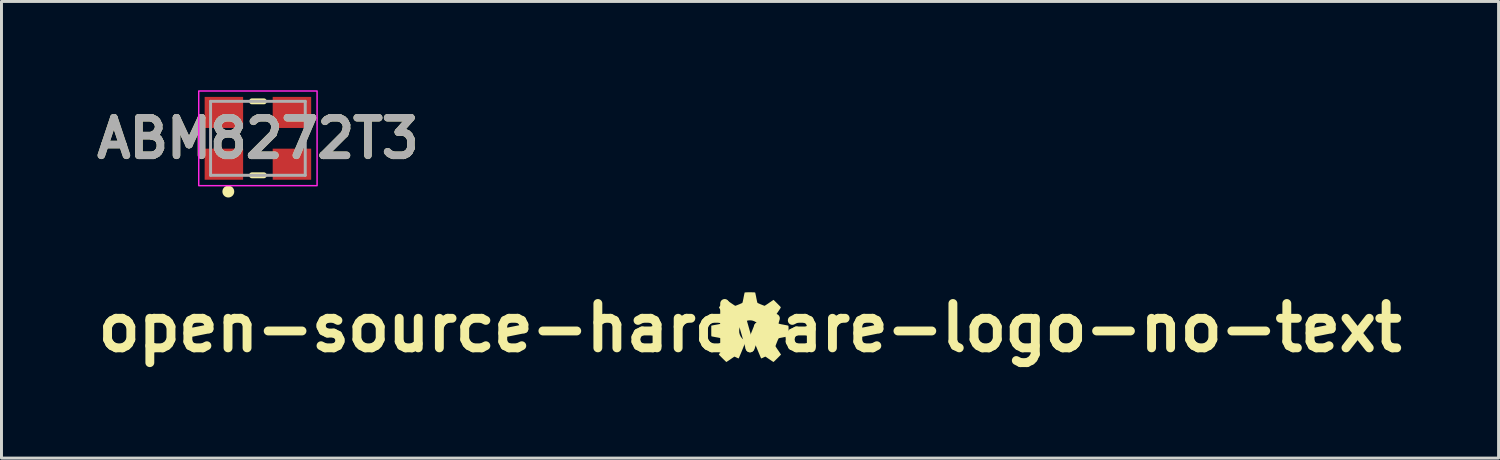
<source format=kicad_pcb>
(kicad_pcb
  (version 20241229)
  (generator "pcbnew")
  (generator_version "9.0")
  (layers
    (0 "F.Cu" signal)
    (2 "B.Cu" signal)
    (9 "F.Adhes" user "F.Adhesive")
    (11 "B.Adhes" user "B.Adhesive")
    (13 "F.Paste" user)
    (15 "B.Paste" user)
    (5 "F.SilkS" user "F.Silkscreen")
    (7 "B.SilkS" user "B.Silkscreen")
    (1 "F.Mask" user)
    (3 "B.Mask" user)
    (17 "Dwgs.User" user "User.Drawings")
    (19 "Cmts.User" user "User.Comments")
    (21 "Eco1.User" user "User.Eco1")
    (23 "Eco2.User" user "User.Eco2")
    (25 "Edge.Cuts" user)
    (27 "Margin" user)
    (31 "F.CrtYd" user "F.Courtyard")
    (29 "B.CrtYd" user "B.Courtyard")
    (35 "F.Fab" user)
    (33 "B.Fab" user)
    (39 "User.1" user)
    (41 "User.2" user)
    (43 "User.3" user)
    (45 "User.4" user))
  (footprint "open-source-hardware-logo-no-text"
    (layer "F.Cu")
    (at 22.3 8.029)
    (property "Reference" "open-source-hardware-logo-no-text" (at 0 0 0) (layer "F.SilkS") (effects (font (size 1.5 1.5) (thickness 0.3))))
    (attr board_only exclude_from_pos_files exclude_from_bom)
    (fp_poly (pts (xy 0.049 -1.2) (xy 0.09 -1.199) (xy 0.126 -1.198) (xy 0.154 -1.196) (xy 0.17 -1.193) (xy 0.174 -1.191) (xy 0.177 -1.181) (xy 0.183 -1.159) (xy 0.189 -1.127) (xy 0.198 -1.087) (xy 0.207 -1.042) (xy 0.211 -1.017) (xy 0.221 -0.969) (xy 0.23 -0.926) (xy 0.238 -0.889) (xy 0.245 -0.862) (xy 0.25 -0.846) (xy 0.252 -0.843) (xy 0.262 -0.837) (xy 0.282 -0.827) (xy 0.311 -0.815) (xy 0.344 -0.8) (xy 0.38 -0.785) (xy 0.415 -0.771) (xy 0.447 -0.759) (xy 0.472 -0.749) (xy 0.489 -0.744) (xy 0.492 -0.744) (xy 0.501 -0.748) (xy 0.519 -0.759) (xy 0.546 -0.776) (xy 0.579 -0.798) (xy 0.617 -0.823) (xy 0.628 -0.831) (xy 0.667 -0.858) (xy 0.704 -0.883) (xy 0.735 -0.904) (xy 0.759 -0.92) (xy 0.773 -0.93) (xy 0.775 -0.931) (xy 0.796 -0.944) (xy 0.914 -0.827) (xy 0.948 -0.793) (xy 0.979 -0.761) (xy 1.006 -0.734) (xy 1.025 -0.713) (xy 1.037 -0.7) (xy 1.039 -0.697) (xy 1.04 -0.691) (xy 1.036 -0.68) (xy 1.028 -0.664) (xy 1.014 -0.641) (xy 0.993 -0.609) (xy 0.965 -0.567) (xy 0.949 -0.543) (xy 0.921 -0.503) (xy 0.896 -0.465) (xy 0.876 -0.434) (xy 0.861 -0.41) (xy 0.853 -0.394) (xy 0.852 -0.39) (xy 0.855 -0.379) (xy 0.863 -0.357) (xy 0.875 -0.328) (xy 0.89 -0.294) (xy 0.905 -0.257) (xy 0.921 -0.222) (xy 0.935 -0.19) (xy 0.948 -0.164) (xy 0.956 -0.148) (xy 0.959 -0.143) (xy 0.969 -0.139) (xy 0.991 -0.134) (xy 1.023 -0.127) (xy 1.062 -0.118) (xy 1.107 -0.11) (xy 1.123 -0.107) (xy 1.169 -0.098) (xy 1.212 -0.09) (xy 1.247 -0.083) (xy 1.273 -0.077) (xy 1.288 -0.073) (xy 1.29 -0.072) (xy 1.294 -0.069) (xy 1.297 -0.063) (xy 1.3 -0.052) (xy 1.301 -0.035) (xy 1.302 -0.01) (xy 1.303 0.025) (xy 1.303 0.072) (xy 1.303 0.11) (xy 1.303 0.166) (xy 1.303 0.208) (xy 1.302 0.24) (xy 1.301 0.262) (xy 1.299 0.276) (xy 1.297 0.284) (xy 1.293 0.289) (xy 1.29 0.29) (xy 1.279 0.293) (xy 1.256 0.297) (xy 1.224 0.303) (xy 1.184 0.311) (xy 1.139 0.319) (xy 1.134 0.32) (xy 1.089 0.329) (xy 1.048 0.336) (xy 1.014 0.343) (xy 0.989 0.349) (xy 0.976 0.352) (xy 0.975 0.353) (xy 0.967 0.36) (xy 0.957 0.378) (xy 0.943 0.407) (xy 0.925 0.449) (xy 0.911 0.483) (xy 0.895 0.524) (xy 0.881 0.56) (xy 0.87 0.59) (xy 0.864 0.611) (xy 0.861 0.62) (xy 0.865 0.63) (xy 0.877 0.65) (xy 0.893 0.677) (xy 0.914 0.708) (xy 0.926 0.727) (xy 0.952 0.763) (xy 0.977 0.8) (xy 0.999 0.832) (xy 1.016 0.857) (xy 1.02 0.864) (xy 1.048 0.906) (xy 0.924 1.031) (xy 0.888 1.066) (xy 0.857 1.097) (xy 0.83 1.123) (xy 0.809 1.142) (xy 0.797 1.154) (xy 0.793 1.156) (xy 0.786 1.152) (xy 0.768 1.141) (xy 0.742 1.124) (xy 0.709 1.102) (xy 0.672 1.077) (xy 0.661 1.069) (xy 0.622 1.043) (xy 0.587 1.019) (xy 0.559 0.999) (xy 0.537 0.985) (xy 0.526 0.977) (xy 0.525 0.976) (xy 0.514 0.977) (xy 0.494 0.984) (xy 0.467 0.997) (xy 0.449 1.006) (xy 0.419 1.02) (xy 0.395 1.03) (xy 0.38 1.034) (xy 0.376 1.034) (xy 0.371 1.025) (xy 0.362 1.005) (xy 0.349 0.975) (xy 0.333 0.936) (xy 0.314 0.891) (xy 0.293 0.841) (xy 0.271 0.788) (xy 0.248 0.733) (xy 0.226 0.679) (xy 0.205 0.628) (xy 0.186 0.58) (xy 0.169 0.538) (xy 0.155 0.503) (xy 0.146 0.478) (xy 0.14 0.463) (xy 0.14 0.461) (xy 0.146 0.452) (xy 0.161 0.439) (xy 0.179 0.427) (xy 0.238 0.381) (xy 0.285 0.328) (xy 0.322 0.27) (xy 0.346 0.207) (xy 0.358 0.142) (xy 0.359 0.076) (xy 0.346 0.011) (xy 0.322 -0.052) (xy 0.284 -0.111) (xy 0.253 -0.145) (xy 0.198 -0.192) (xy 0.136 -0.225) (xy 0.071 -0.246) (xy 0.004 -0.253) (xy -0.063 -0.248) (xy -0.129 -0.231) (xy -0.191 -0.2) (xy -0.249 -0.157) (xy -0.261 -0.145) (xy -0.307 -0.09) (xy -0.34 -0.029) (xy -0.36 0.034) (xy -0.367 0.1) (xy -0.363 0.166) (xy -0.346 0.23) (xy -0.317 0.292) (xy -0.277 0.348) (xy -0.225 0.399) (xy -0.186 0.427) (xy -0.166 0.441) (xy -0.152 0.454) (xy -0.147 0.461) (xy -0.15 0.47) (xy -0.158 0.49) (xy -0.17 0.521) (xy -0.185 0.56) (xy -0.204 0.605) (xy -0.224 0.656) (xy -0.246 0.709) (xy -0.268 0.763) (xy -0.29 0.817) (xy -0.312 0.869) (xy -0.332 0.916) (xy -0.35 0.958) (xy -0.364 0.993) (xy -0.375 1.018) (xy -0.382 1.031) (xy -0.383 1.034) (xy -0.392 1.033) (xy -0.411 1.027) (xy -0.437 1.015) (xy -0.456 1.006) (xy -0.487 0.991) (xy -0.512 0.98) (xy -0.528 0.976) (xy -0.532 0.977) (xy -0.541 0.982) (xy -0.559 0.995) (xy -0.586 1.013) (xy -0.62 1.036) (xy -0.657 1.062) (xy -0.667 1.069) (xy -0.705 1.095) (xy -0.74 1.118) (xy -0.768 1.136) (xy -0.788 1.149) (xy -0.799 1.156) (xy -0.8 1.156) (xy -0.807 1.151) (xy -0.822 1.137) (xy -0.845 1.115) (xy -0.874 1.087) (xy -0.907 1.055) (xy -0.931 1.031) (xy -1.056 0.906) (xy -0.962 0.768) (xy -0.935 0.727) (xy -0.911 0.691) (xy -0.892 0.66) (xy -0.877 0.636) (xy -0.87 0.622) (xy -0.869 0.619) (xy -0.871 0.608) (xy -0.879 0.587) (xy -0.89 0.557) (xy -0.904 0.52) (xy -0.918 0.483) (xy -0.939 0.433) (xy -0.955 0.396) (xy -0.968 0.371) (xy -0.978 0.356) (xy -0.983 0.353) (xy -0.994 0.349) (xy -1.018 0.344) (xy -1.051 0.337) (xy -1.091 0.329) (xy -1.136 0.321) (xy -1.141 0.32) (xy -1.186 0.312) (xy -1.227 0.304) (xy -1.26 0.298) (xy -1.284 0.293) (xy -1.297 0.29) (xy -1.298 0.29) (xy -1.302 0.288) (xy -1.305 0.283) (xy -1.307 0.273) (xy -1.309 0.257) (xy -1.31 0.233) (xy -1.31 0.198) (xy -1.31 0.153) (xy -1.31 0.107) (xy -1.31 -0.072) (xy -1.276 -0.08) (xy -1.257 -0.083) (xy -1.227 -0.089) (xy -1.189 -0.096) (xy -1.145 -0.104) (xy -1.108 -0.111) (xy -1.065 -0.119) (xy -1.027 -0.127) (xy -0.996 -0.134) (xy -0.975 -0.139) (xy -0.967 -0.143) (xy -0.96 -0.153) (xy -0.95 -0.174) (xy -0.936 -0.203) (xy -0.921 -0.237) (xy -0.906 -0.273) (xy -0.891 -0.31) (xy -0.878 -0.342) (xy -0.868 -0.369) (xy -0.862 -0.387) (xy -0.861 -0.391) (xy -0.865 -0.401) (xy -0.877 -0.422) (xy -0.894 -0.45) (xy -0.917 -0.485) (xy -0.943 -0.524) (xy -0.957 -0.545) (xy -0.989 -0.592) (xy -1.013 -0.628) (xy -1.03 -0.655) (xy -1.041 -0.674) (xy -1.046 -0.687) (xy -1.047 -0.695) (xy -1.046 -0.697) (xy -1.039 -0.706) (xy -1.023 -0.724) (xy -1 -0.748) (xy -0.971 -0.778) (xy -0.938 -0.811) (xy -0.921 -0.827) (xy -0.803 -0.944) (xy -0.783 -0.931) (xy -0.77 -0.923) (xy -0.748 -0.908) (xy -0.718 -0.888) (xy -0.683 -0.864) (xy -0.644 -0.837) (xy -0.635 -0.831) (xy -0.596 -0.805) (xy -0.562 -0.782) (xy -0.533 -0.763) (xy -0.511 -0.75) (xy -0.499 -0.744) (xy -0.498 -0.744) (xy -0.487 -0.746) (xy -0.466 -0.754) (xy -0.437 -0.765) (xy -0.403 -0.779) (xy -0.367 -0.793) (xy -0.332 -0.808) (xy -0.301 -0.822) (xy -0.276 -0.833) (xy -0.262 -0.841) (xy -0.259 -0.843) (xy -0.255 -0.852) (xy -0.249 -0.874) (xy -0.241 -0.906) (xy -0.233 -0.946) (xy -0.223 -0.992) (xy -0.219 -1.017) (xy -0.209 -1.065) (xy -0.201 -1.108) (xy -0.193 -1.144) (xy -0.187 -1.171) (xy -0.183 -1.188) (xy -0.182 -1.191) (xy -0.173 -1.194) (xy -0.151 -1.197) (xy -0.12 -1.198) (xy -0.082 -1.2) (xy -0.04 -1.201) (xy 0.005 -1.201)) (stroke (width 0) (type solid)) (fill yes) (layer "F.SilkS")))
  (footprint "ABM8272T3"
    (layer "F.Cu")
    (at 5.667 1.625)
    (property "Reference" "ABM8272T3" (at 0 0 0) (layer "F.SilkS") (effects (font (size 1.27 1.27) (thickness 0.254))))
    (attr smd)
    (fp_line (start -0.2 -1.25) (end 0.2 -1.25) (stroke (width 0.2) (type solid)) (layer "F.SilkS"))
    (fp_line (start -0.2 1.25) (end 0.2 1.25) (stroke (width 0.2) (type solid)) (layer "F.SilkS"))
    (fp_circle (center -1 1.8) (end -0.85 1.8) (stroke (width 0.1) (type solid)) (fill yes) (layer "F.SilkS"))
    (fp_rect (start -2 -1.6) (end 2 1.6) (stroke (width 0.05) (type default)) (fill no) (layer "F.CrtYd"))
    (fp_line (start -1.6 -1.25) (end 1.6 -1.25) (stroke (width 0.1) (type solid)) (layer "F.Fab"))
    (fp_line (start -1.6 1.25) (end -1.6 -1.25) (stroke (width 0.1) (type solid)) (layer "F.Fab"))
    (fp_line (start 1.6 -1.25) (end 1.6 1.25) (stroke (width 0.1) (type solid)) (layer "F.Fab"))
    (fp_line (start 1.6 1.25) (end -1.6 1.25) (stroke (width 0.1) (type solid)) (layer "F.Fab"))
    (fp_text user "${REFERENCE}" (at 0 0 0) (layer "F.Fab") (effects (font (size 1.27 1.27) (thickness 0.254))))
    (pad "1" smd rect (at -1.15 0.875 90) (size 1.05 1.3) (layers "F.Cu" "F.Mask" "F.Paste"))
    (pad "2" smd rect (at 1.15 0.875 90) (size 1.05 1.3) (layers "F.Cu" "F.Mask" "F.Paste"))
    (pad "3" smd rect (at 1.15 -0.875 90) (size 1.05 1.3) (layers "F.Cu" "F.Mask" "F.Paste"))
    (pad "4" smd rect (at -1.15 -0.875 90) (size 1.05 1.3) (layers "F.Cu" "F.Mask" "F.Paste")))
  (gr_rect
    (start -3 -3)
    (end 47.6 12.433)
    (stroke (width 0.1) (type default))
    (fill no)
    (layer "Edge.Cuts")))
</source>
